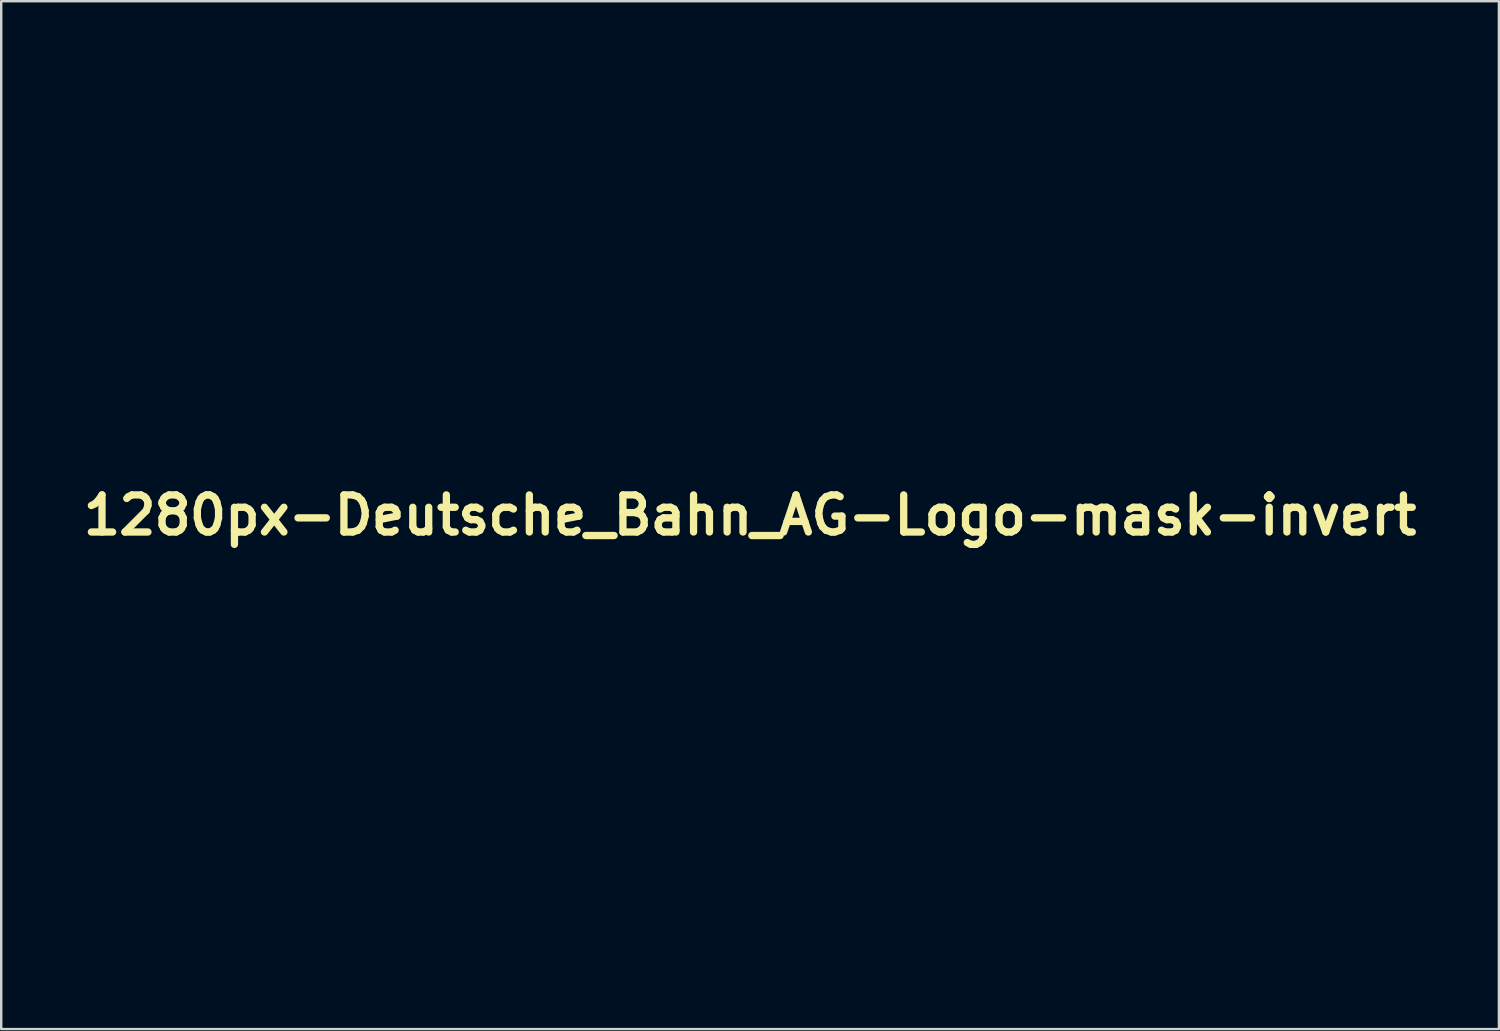
<source format=kicad_pcb>
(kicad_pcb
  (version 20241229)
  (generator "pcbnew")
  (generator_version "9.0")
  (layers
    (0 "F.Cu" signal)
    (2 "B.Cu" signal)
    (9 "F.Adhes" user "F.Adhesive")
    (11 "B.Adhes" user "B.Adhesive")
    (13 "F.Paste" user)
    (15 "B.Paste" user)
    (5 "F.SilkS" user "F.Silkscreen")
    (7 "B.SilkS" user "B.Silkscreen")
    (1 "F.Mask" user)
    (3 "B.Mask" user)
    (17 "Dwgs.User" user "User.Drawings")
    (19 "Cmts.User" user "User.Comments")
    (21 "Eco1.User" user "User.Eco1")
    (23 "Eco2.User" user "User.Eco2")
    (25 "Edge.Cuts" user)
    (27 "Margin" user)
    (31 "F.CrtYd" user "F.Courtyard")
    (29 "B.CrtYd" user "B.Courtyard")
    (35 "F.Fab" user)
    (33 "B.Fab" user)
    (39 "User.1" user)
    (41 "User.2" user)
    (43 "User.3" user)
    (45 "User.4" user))
  (footprint "1280px-Deutsche_Bahn_AG-Logo-mask-invert"
    (layer "F.Cu")
    (at 27.776 18.124)
    (property "Reference" "1280px-Deutsche_Bahn_AG-Logo-mask-invert" (at 0 0 0) (layer "F.SilkS") (effects (font (size 1.524 1.524) (thickness 0.3))))
    (attr through_hole)
    (fp_poly (pts (xy 12.204 2.459) (xy 12.8 2.471) (xy 13.276 2.492) (xy 13.654 2.524) (xy 13.959 2.568) (xy 14.065 2.589) (xy 14.854 2.818) (xy 15.506 3.145) (xy 16.024 3.574) (xy 16.414 4.109) (xy 16.677 4.755) (xy 16.819 5.516) (xy 16.848 6.113) (xy 16.788 6.98) (xy 16.604 7.732) (xy 16.293 8.377) (xy 15.85 8.918) (xy 15.272 9.361) (xy 14.556 9.711) (xy 14.339 9.791) (xy 14.124 9.862) (xy 13.929 9.917) (xy 13.727 9.958) (xy 13.492 9.989) (xy 13.198 10.011) (xy 12.817 10.028) (xy 12.325 10.041) (xy 11.694 10.053) (xy 11.578 10.055) (xy 9.483 10.092) (xy 9.483 2.455) (xy 11.462 2.455) (xy 12.204 2.459)) (stroke (width 0.01) (type solid)) (fill yes) (layer "F.Mask"))
    (fp_poly (pts (xy 11.324 -10.222) (xy 11.972 -10.206) (xy 12.476 -10.186) (xy 12.864 -10.162) (xy 13.162 -10.131) (xy 13.396 -10.089) (xy 13.592 -10.036) (xy 13.632 -10.023) (xy 14.366 -9.698) (xy 14.97 -9.27) (xy 15.198 -9.045) (xy 15.479 -8.705) (xy 15.682 -8.365) (xy 15.833 -7.97) (xy 15.958 -7.466) (xy 15.969 -7.414) (xy 16.038 -7.022) (xy 16.062 -6.708) (xy 16.043 -6.388) (xy 16.001 -6.102) (xy 15.809 -5.341) (xy 15.499 -4.679) (xy 15.082 -4.13) (xy 14.565 -3.708) (xy 14.305 -3.564) (xy 13.986 -3.423) (xy 13.665 -3.316) (xy 13.312 -3.237) (xy 12.9 -3.184) (xy 12.399 -3.151) (xy 11.779 -3.136) (xy 11.211 -3.133) (xy 9.483 -3.133) (xy 9.483 -10.261) (xy 11.324 -10.222)) (stroke (width 0.01) (type solid)) (fill yes) (layer "F.Mask"))
    (fp_poly (pts (xy -14.965 -10.22) (xy -14.132 -10.176) (xy -13.391 -10.105) (xy -12.762 -10.01) (xy -12.268 -9.895) (xy -12.065 -9.825) (xy -11.293 -9.476) (xy -10.66 -9.104) (xy -10.134 -8.686) (xy -9.685 -8.198) (xy -9.419 -7.832) (xy -9.073 -7.266) (xy -8.785 -6.68) (xy -8.546 -6.046) (xy -8.346 -5.331) (xy -8.174 -4.507) (xy -8.029 -3.598) (xy -7.999 -3.298) (xy -7.975 -2.859) (xy -7.955 -2.308) (xy -7.941 -1.671) (xy -7.931 -0.975) (xy -7.926 -0.247) (xy -7.927 0.487) (xy -7.932 1.201) (xy -7.942 1.868) (xy -7.958 2.462) (xy -7.978 2.955) (xy -8.004 3.322) (xy -8.022 3.471) (xy -8.246 4.665) (xy -8.518 5.709) (xy -8.842 6.618) (xy -9.224 7.408) (xy -9.668 8.092) (xy -9.704 8.139) (xy -9.935 8.414) (xy -10.204 8.695) (xy -10.479 8.954) (xy -10.728 9.161) (xy -10.92 9.288) (xy -10.997 9.313) (xy -11.087 9.36) (xy -11.091 9.379) (xy -11.123 9.428) (xy -11.231 9.495) (xy -11.439 9.592) (xy -11.769 9.728) (xy -12.065 9.846) (xy -12.225 9.901) (xy -12.405 9.944) (xy -12.631 9.977) (xy -12.928 10.002) (xy -13.321 10.021) (xy -13.835 10.038) (xy -14.457 10.052) (xy -16.425 10.091) (xy -16.425 -10.27) (xy -14.965 -10.22)) (stroke (width 0.01) (type solid)) (fill yes) (layer "F.Mask"))
    (fp_poly (pts (xy 11.113 -18.119) (xy 12.879 -18.118) (xy 14.509 -18.118) (xy 16.007 -18.116) (xy 17.381 -18.114) (xy 18.636 -18.112) (xy 19.776 -18.109) (xy 20.809 -18.105) (xy 21.738 -18.1) (xy 22.57 -18.094) (xy 23.31 -18.087) (xy 23.964 -18.079) (xy 24.538 -18.069) (xy 25.036 -18.059) (xy 25.465 -18.047) (xy 25.83 -18.033) (xy 26.136 -18.017) (xy 26.389 -18) (xy 26.595 -17.982) (xy 26.759 -17.961) (xy 26.887 -17.938) (xy 26.984 -17.914) (xy 27.055 -17.887) (xy 27.107 -17.858) (xy 27.145 -17.826) (xy 27.174 -17.793) (xy 27.2 -17.756) (xy 27.229 -17.717) (xy 27.258 -17.683) (xy 27.424 -17.472) (xy 27.587 -17.211) (xy 27.609 -17.17) (xy 27.628 -17.129) (xy 27.645 -17.08) (xy 27.661 -17.016) (xy 27.676 -16.929) (xy 27.689 -16.813) (xy 27.701 -16.66) (xy 27.712 -16.463) (xy 27.722 -16.216) (xy 27.73 -15.911) (xy 27.737 -15.54) (xy 27.744 -15.098) (xy 27.749 -14.577) (xy 27.754 -13.97) (xy 27.758 -13.269) (xy 27.761 -12.469) (xy 27.764 -11.561) (xy 27.766 -10.538) (xy 27.768 -9.395) (xy 27.769 -8.122) (xy 27.77 -6.714) (xy 27.77 -5.164) (xy 27.771 -3.464) (xy 27.771 -1.607) (xy 27.771 -0.049) (xy 27.771 1.939) (xy 27.77 3.765) (xy 27.77 5.435) (xy 27.769 6.957) (xy 27.768 8.338) (xy 27.767 9.585) (xy 27.765 10.705) (xy 27.762 11.705) (xy 27.759 12.591) (xy 27.756 13.372) (xy 27.751 14.054) (xy 27.746 14.644) (xy 27.74 15.149) (xy 27.733 15.576) (xy 27.725 15.933) (xy 27.716 16.225) (xy 27.707 16.461) (xy 27.696 16.648) (xy 27.683 16.792) (xy 27.67 16.9) (xy 27.655 16.98) (xy 27.639 17.038) (xy 27.622 17.079) (xy 27.326 17.539) (xy 26.929 17.876) (xy 26.715 17.985) (xy 26.674 17.998) (xy 26.608 18.01) (xy 26.514 18.021) (xy 26.385 18.031) (xy 26.217 18.041) (xy 26.002 18.05) (xy 25.736 18.058) (xy 25.414 18.065) (xy 25.03 18.072) (xy 24.578 18.078) (xy 24.052 18.084) (xy 23.448 18.089) (xy 22.76 18.093) (xy 21.983 18.097) (xy 21.11 18.1) (xy 20.136 18.103) (xy 19.056 18.106) (xy 17.865 18.108) (xy 16.556 18.11) (xy 15.125 18.111) (xy 13.565 18.112) (xy 11.872 18.113) (xy 10.04 18.113) (xy 8.062 18.113) (xy 5.935 18.113) (xy 3.651 18.113) (xy 1.207 18.112) (xy 0.011 18.112) (xy -2.521 18.111) (xy -4.889 18.11) (xy -7.099 18.109) (xy -9.156 18.108) (xy -11.065 18.107) (xy -12.831 18.105) (xy -14.461 18.103) (xy -15.96 18.101) (xy -17.332 18.099) (xy -18.584 18.096) (xy -19.721 18.093) (xy -20.748 18.09) (xy -21.671 18.086) (xy -22.495 18.081) (xy -23.225 18.077) (xy -23.868 18.071) (xy -24.428 18.066) (xy -24.91 18.059) (xy -25.321 18.052) (xy -25.665 18.045) (xy -25.949 18.037) (xy -26.177 18.028) (xy -26.355 18.019) (xy -26.488 18.008) (xy -26.582 17.998) (xy -26.642 17.986) (xy -26.664 17.979) (xy -27.058 17.727) (xy -27.4 17.36) (xy -27.628 16.953) (xy -27.645 16.901) (xy -27.66 16.832) (xy -27.675 16.737) (xy -27.688 16.61) (xy -27.699 16.444) (xy -27.71 16.231) (xy -27.72 15.965) (xy -27.728 15.638) (xy -27.736 15.244) (xy -27.74 14.91) (xy 2.371 14.91) (xy 9.207 14.876) (xy 10.447 14.869) (xy 11.53 14.863) (xy 12.468 14.857) (xy 13.273 14.851) (xy 13.957 14.843) (xy 14.533 14.835) (xy 15.012 14.826) (xy 15.407 14.814) (xy 15.729 14.801) (xy 15.992 14.786) (xy 16.207 14.767) (xy 16.386 14.746) (xy 16.542 14.721) (xy 16.686 14.693) (xy 16.806 14.666) (xy 17.346 14.541) (xy 17.757 14.444) (xy 18.076 14.362) (xy 18.34 14.286) (xy 18.586 14.204) (xy 18.849 14.106) (xy 19.167 13.981) (xy 19.26 13.944) (xy 20.179 13.51) (xy 21.049 12.968) (xy 21.846 12.338) (xy 22.547 11.643) (xy 23.129 10.902) (xy 23.568 10.137) (xy 23.615 10.033) (xy 23.734 9.76) (xy 23.835 9.529) (xy 23.873 9.44) (xy 24.041 8.959) (xy 24.189 8.342) (xy 24.319 7.574) (xy 24.347 7.38) (xy 24.406 6.919) (xy 24.439 6.568) (xy 24.445 6.267) (xy 24.426 5.959) (xy 24.38 5.585) (xy 24.352 5.391) (xy 24.279 4.951) (xy 24.189 4.519) (xy 24.098 4.156) (xy 24.041 3.979) (xy 23.879 3.582) (xy 23.698 3.196) (xy 23.522 2.862) (xy 23.371 2.626) (xy 23.317 2.562) (xy 23.219 2.435) (xy 23.199 2.381) (xy 23.134 2.256) (xy 22.959 2.055) (xy 22.698 1.799) (xy 22.38 1.511) (xy 22.03 1.213) (xy 21.674 0.927) (xy 21.34 0.676) (xy 21.053 0.48) (xy 20.841 0.362) (xy 20.754 0.339) (xy 20.65 0.282) (xy 20.645 0.271) (xy 20.547 0.192) (xy 20.327 0.074) (xy 20.02 -0.067) (xy 19.664 -0.216) (xy 19.297 -0.358) (xy 18.956 -0.478) (xy 18.679 -0.561) (xy 18.502 -0.593) (xy 18.501 -0.593) (xy 18.387 -0.638) (xy 18.397 -0.735) (xy 18.521 -0.823) (xy 18.653 -0.888) (xy 18.88 -1.014) (xy 19.159 -1.175) (xy 19.451 -1.348) (xy 19.713 -1.508) (xy 19.904 -1.631) (xy 19.981 -1.689) (xy 20.07 -1.759) (xy 20.254 -1.889) (xy 20.402 -1.99) (xy 20.627 -2.161) (xy 20.923 -2.414) (xy 21.242 -2.708) (xy 21.418 -2.879) (xy 22.046 -3.568) (xy 22.531 -4.247) (xy 22.893 -4.951) (xy 23.152 -5.713) (xy 23.168 -5.777) (xy 23.232 -6.155) (xy 23.267 -6.658) (xy 23.275 -7.24) (xy 23.257 -7.859) (xy 23.216 -8.471) (xy 23.151 -9.033) (xy 23.065 -9.502) (xy 23.049 -9.567) (xy 22.942 -9.941) (xy 22.814 -10.334) (xy 22.677 -10.713) (xy 22.545 -11.042) (xy 22.432 -11.285) (xy 22.35 -11.409) (xy 22.339 -11.416) (xy 22.268 -11.513) (xy 22.267 -11.528) (xy 22.223 -11.641) (xy 22.108 -11.837) (xy 22.021 -11.969) (xy 21.461 -12.642) (xy 20.763 -13.248) (xy 19.95 -13.77) (xy 19.044 -14.192) (xy 18.627 -14.34) (xy 18.324 -14.435) (xy 18.027 -14.518) (xy 17.723 -14.591) (xy 17.4 -14.654) (xy 17.046 -14.708) (xy 16.648 -14.753) (xy 16.195 -14.791) (xy 15.674 -14.822) (xy 15.072 -14.847) (xy 14.378 -14.866) (xy 13.58 -14.88) (xy 12.665 -14.89) (xy 11.621 -14.896) (xy 10.435 -14.9) (xy 9.097 -14.901) (xy 8.657 -14.901) (xy 2.371 -14.901) (xy 2.371 14.91) (xy -27.74 14.91) (xy -27.742 14.775) (xy -27.748 14.225) (xy -27.753 13.586) (xy -27.757 12.85) (xy -27.76 12.012) (xy -27.763 11.064) (xy -27.766 9.999) (xy -27.767 8.81) (xy -27.769 7.489) (xy -27.77 6.03) (xy -27.77 4.426) (xy -27.771 2.669) (xy -27.771 0.753) (xy -27.771 -0.037) (xy -27.771 -2.011) (xy -27.77 -3.822) (xy -27.77 -5.479) (xy -27.769 -6.987) (xy -27.769 -8.355) (xy -27.767 -9.589) (xy -27.765 -10.697) (xy -27.763 -11.685) (xy -27.76 -12.56) (xy -27.757 -13.331) (xy -27.752 -14.003) (xy -27.747 -14.584) (xy -27.743 -14.901) (xy -23.537 -14.901) (xy -23.537 14.901) (xy -17.547 14.897) (xy -16.536 14.895) (xy -15.561 14.891) (xy -14.637 14.886) (xy -13.779 14.879) (xy -13.004 14.87) (xy -12.325 14.861) (xy -11.76 14.85) (xy -11.323 14.839) (xy -11.029 14.826) (xy -10.922 14.818) (xy -10.2 14.724) (xy -9.587 14.618) (xy -9.02 14.489) (xy -8.438 14.323) (xy -8.362 14.299) (xy -7.15 13.84) (xy -6.053 13.258) (xy -5.067 12.549) (xy -4.187 11.711) (xy -3.57 10.964) (xy -3.363 10.686) (xy -3.192 10.457) (xy -3.084 10.312) (xy -3.066 10.287) (xy -2.975 10.135) (xy -2.835 9.865) (xy -2.662 9.511) (xy -2.473 9.11) (xy -2.284 8.698) (xy -2.114 8.312) (xy -1.978 7.988) (xy -1.919 7.832) (xy -1.615 6.906) (xy -1.366 5.953) (xy -1.17 4.951) (xy -1.022 3.876) (xy -0.919 2.705) (xy -0.859 1.415) (xy -0.838 -0.016) (xy -0.838 -0.085) (xy -0.841 -0.961) (xy -0.853 -1.702) (xy -0.875 -2.342) (xy -0.91 -2.913) (xy -0.96 -3.451) (xy -1.027 -3.988) (xy -1.113 -4.559) (xy -1.136 -4.699) (xy -1.226 -5.196) (xy -1.335 -5.73) (xy -1.455 -6.259) (xy -1.575 -6.744) (xy -1.686 -7.142) (xy -1.776 -7.408) (xy -1.844 -7.585) (xy -1.939 -7.847) (xy -1.994 -8.001) (xy -2.102 -8.282) (xy -2.243 -8.613) (xy -2.4 -8.956) (xy -2.554 -9.275) (xy -2.688 -9.533) (xy -2.785 -9.691) (xy -2.815 -9.723) (xy -2.875 -9.82) (xy -2.879 -9.856) (xy -2.925 -9.977) (xy -3.044 -10.184) (xy -3.173 -10.378) (xy -3.352 -10.634) (xy -3.505 -10.856) (xy -3.576 -10.963) (xy -3.683 -11.096) (xy -3.883 -11.315) (xy -4.147 -11.591) (xy -4.444 -11.894) (xy -4.745 -12.193) (xy -5.02 -12.458) (xy -5.239 -12.66) (xy -5.339 -12.744) (xy -5.713 -13.024) (xy -5.987 -13.208) (xy -6.149 -13.289) (xy -6.17 -13.293) (xy -6.274 -13.347) (xy -6.279 -13.356) (xy -6.369 -13.427) (xy -6.577 -13.545) (xy -6.866 -13.693) (xy -7.198 -13.853) (xy -7.538 -14.005) (xy -7.832 -14.126) (xy -8.415 -14.319) (xy -9.113 -14.496) (xy -9.871 -14.648) (xy -10.635 -14.763) (xy -11.125 -14.813) (xy -11.407 -14.829) (xy -11.841 -14.844) (xy -12.41 -14.857) (xy -13.097 -14.869) (xy -13.886 -14.88) (xy -14.759 -14.889) (xy -15.699 -14.895) (xy -16.689 -14.9) (xy -17.713 -14.901) (xy -17.877 -14.901) (xy -23.537 -14.901) (xy -27.743 -14.901) (xy -27.741 -15.082) (xy -27.734 -15.503) (xy -27.727 -15.854) (xy -27.718 -16.143) (xy -27.708 -16.377) (xy -27.697 -16.562) (xy -27.684 -16.706) (xy -27.67 -16.817) (xy -27.655 -16.9) (xy -27.638 -16.964) (xy -27.62 -17.015) (xy -27.612 -17.035) (xy -27.412 -17.368) (xy -27.125 -17.689) (xy -26.805 -17.941) (xy -26.613 -18.04) (xy -26.509 -18.047) (xy -26.239 -18.054) (xy -25.808 -18.061) (xy -25.219 -18.068) (xy -24.477 -18.074) (xy -23.584 -18.08) (xy -22.545 -18.085) (xy -21.364 -18.09) (xy -20.044 -18.095) (xy -18.589 -18.099) (xy -17.004 -18.103) (xy -15.292 -18.107) (xy -13.457 -18.11) (xy -11.503 -18.112) (xy -9.434 -18.115) (xy -7.253 -18.116) (xy -4.965 -18.118) (xy -2.573 -18.118) (xy -0.081 -18.119) (xy 0.051 -18.119) (xy 2.58 -18.119) (xy 4.945 -18.119) (xy 7.152 -18.119) (xy 9.206 -18.119) (xy 11.113 -18.119)) (stroke (width 0.01) (type solid)) (fill yes) (layer "F.Mask")))
  (gr_rect
    (start -3 -3)
    (end 58.551 39.242)
    (stroke (width 0.1) (type default))
    (fill no)
    (layer "Edge.Cuts")))
</source>
